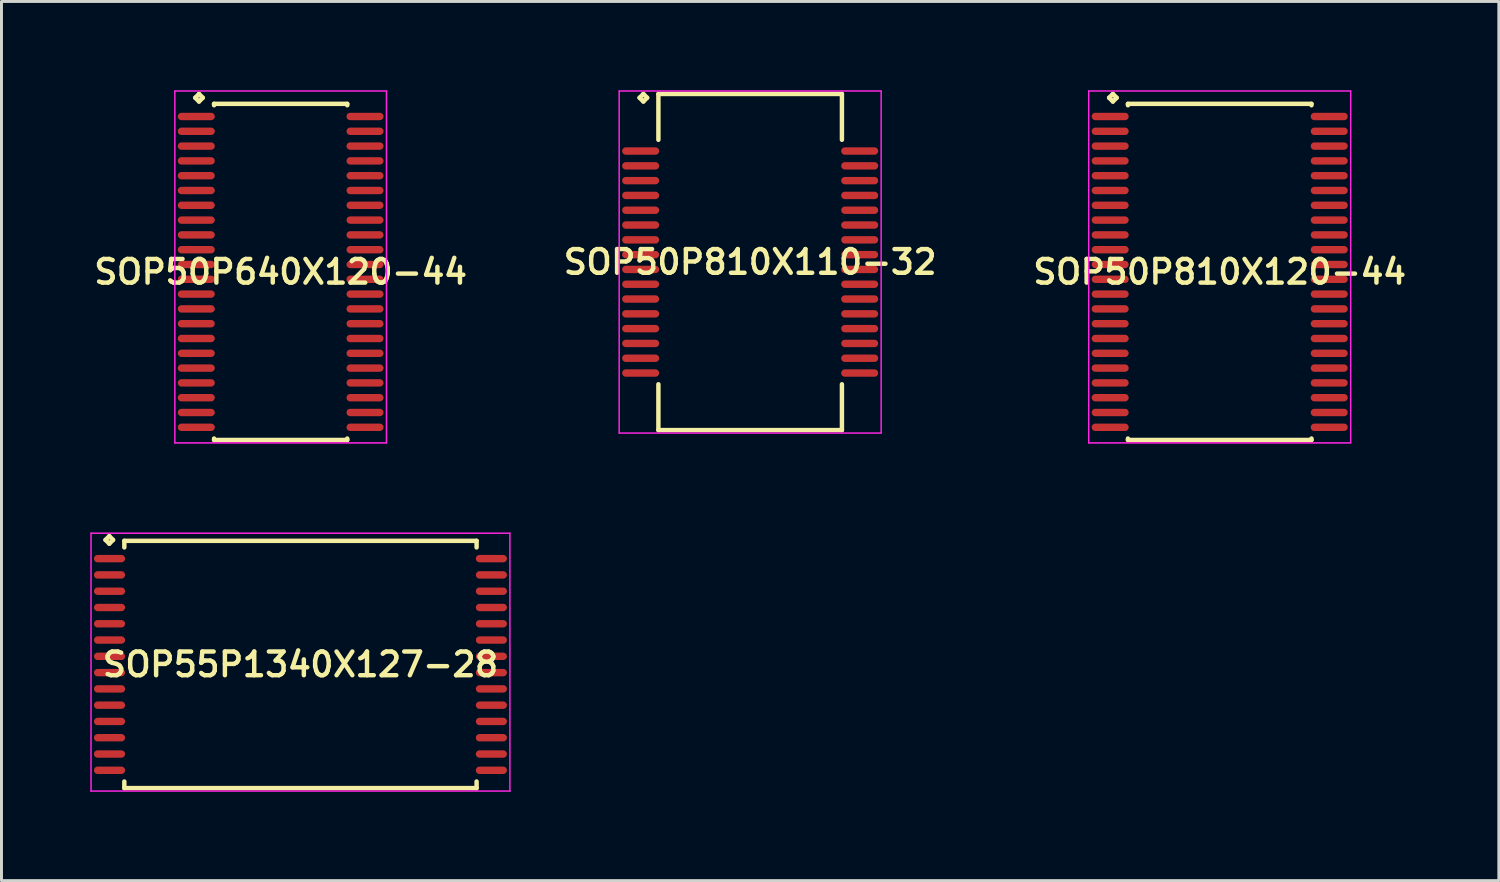
<source format=kicad_pcb>
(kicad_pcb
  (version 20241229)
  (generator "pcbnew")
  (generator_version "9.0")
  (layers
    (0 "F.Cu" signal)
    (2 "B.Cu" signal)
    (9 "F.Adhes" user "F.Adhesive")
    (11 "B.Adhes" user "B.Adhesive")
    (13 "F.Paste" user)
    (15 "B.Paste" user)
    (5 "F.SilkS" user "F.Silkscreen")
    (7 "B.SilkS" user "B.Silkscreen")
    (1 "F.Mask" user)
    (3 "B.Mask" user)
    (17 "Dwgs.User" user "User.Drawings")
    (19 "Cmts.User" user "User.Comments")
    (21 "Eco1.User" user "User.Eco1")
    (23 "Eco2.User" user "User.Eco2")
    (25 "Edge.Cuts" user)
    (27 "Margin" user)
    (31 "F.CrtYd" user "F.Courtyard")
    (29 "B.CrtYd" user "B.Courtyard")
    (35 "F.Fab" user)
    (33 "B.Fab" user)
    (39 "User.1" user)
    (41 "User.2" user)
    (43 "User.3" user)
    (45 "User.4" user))
  (footprint "SOP50P640X120-44"
    (layer "F.Cu")
    (at 6.431 6.135)
    (property "Reference" "SOP50P640X120-44" (at 0 0 0) (layer "F.SilkS") (effects (font (size 0.8 0.8) (thickness 0.15))))
    (attr smd)
    (fp_line (start -2.885 -5.883) (end -2.758 -6.01) (stroke (width 0.15) (type solid)) (layer "F.SilkS"))
    (fp_line (start -2.758 -6.01) (end -2.631 -5.883) (stroke (width 0.15) (type solid)) (layer "F.SilkS"))
    (fp_line (start -2.758 -5.756) (end -2.885 -5.883) (stroke (width 0.15) (type solid)) (layer "F.SilkS"))
    (fp_line (start -2.631 -5.883) (end -2.758 -5.756) (stroke (width 0.15) (type solid)) (layer "F.SilkS"))
    (fp_line (start -2.25 -5.677) (end 2.25 -5.677) (stroke (width 0.15) (type solid)) (layer "F.SilkS"))
    (fp_line (start -2.25 -5.629) (end -2.25 -5.677) (stroke (width 0.15) (type solid)) (layer "F.SilkS"))
    (fp_line (start -2.25 5.629) (end -2.25 5.677) (stroke (width 0.15) (type solid)) (layer "F.SilkS"))
    (fp_line (start -2.25 5.677) (end 2.25 5.677) (stroke (width 0.15) (type solid)) (layer "F.SilkS"))
    (fp_line (start 2.25 -5.677) (end 2.25 -5.629) (stroke (width 0.15) (type solid)) (layer "F.SilkS"))
    (fp_line (start 2.25 5.677) (end 2.25 5.629) (stroke (width 0.15) (type solid)) (layer "F.SilkS"))
    (fp_line (start -3.575 -6.11) (end 3.575 -6.11) (stroke (width 0.05) (type solid)) (layer "F.CrtYd"))
    (fp_line (start -3.575 5.777) (end -3.575 -6.11) (stroke (width 0.05) (type solid)) (layer "F.CrtYd"))
    (fp_line (start 3.575 -6.11) (end 3.575 5.777) (stroke (width 0.05) (type solid)) (layer "F.CrtYd"))
    (fp_line (start 3.575 5.777) (end -3.575 5.777) (stroke (width 0.05) (type solid)) (layer "F.CrtYd"))
    (pad "1" smd oval (at -2.85 -5.25) (size 1.25 0.25) (layers "F.Cu" "F.Mask" "F.Paste"))
    (pad "2" smd oval (at -2.85 -4.75) (size 1.25 0.25) (layers "F.Cu" "F.Mask" "F.Paste"))
    (pad "3" smd oval (at -2.85 -4.25) (size 1.25 0.25) (layers "F.Cu" "F.Mask" "F.Paste"))
    (pad "4" smd oval (at -2.85 -3.75) (size 1.25 0.25) (layers "F.Cu" "F.Mask" "F.Paste"))
    (pad "5" smd oval (at -2.85 -3.25) (size 1.25 0.25) (layers "F.Cu" "F.Mask" "F.Paste"))
    (pad "6" smd oval (at -2.85 -2.75) (size 1.25 0.25) (layers "F.Cu" "F.Mask" "F.Paste"))
    (pad "7" smd oval (at -2.85 -2.25) (size 1.25 0.25) (layers "F.Cu" "F.Mask" "F.Paste"))
    (pad "8" smd oval (at -2.85 -1.75) (size 1.25 0.25) (layers "F.Cu" "F.Mask" "F.Paste"))
    (pad "9" smd oval (at -2.85 -1.25) (size 1.25 0.25) (layers "F.Cu" "F.Mask" "F.Paste"))
    (pad "10" smd oval (at -2.85 -0.75) (size 1.25 0.25) (layers "F.Cu" "F.Mask" "F.Paste"))
    (pad "11" smd oval (at -2.85 -0.25) (size 1.25 0.25) (layers "F.Cu" "F.Mask" "F.Paste"))
    (pad "12" smd oval (at -2.85 0.25) (size 1.25 0.25) (layers "F.Cu" "F.Mask" "F.Paste"))
    (pad "13" smd oval (at -2.85 0.75) (size 1.25 0.25) (layers "F.Cu" "F.Mask" "F.Paste"))
    (pad "14" smd oval (at -2.85 1.25) (size 1.25 0.25) (layers "F.Cu" "F.Mask" "F.Paste"))
    (pad "15" smd oval (at -2.85 1.75) (size 1.25 0.25) (layers "F.Cu" "F.Mask" "F.Paste"))
    (pad "16" smd oval (at -2.85 2.25) (size 1.25 0.25) (layers "F.Cu" "F.Mask" "F.Paste"))
    (pad "17" smd oval (at -2.85 2.75) (size 1.25 0.25) (layers "F.Cu" "F.Mask" "F.Paste"))
    (pad "18" smd oval (at -2.85 3.25) (size 1.25 0.25) (layers "F.Cu" "F.Mask" "F.Paste"))
    (pad "19" smd oval (at -2.85 3.75) (size 1.25 0.25) (layers "F.Cu" "F.Mask" "F.Paste"))
    (pad "20" smd oval (at -2.85 4.25) (size 1.25 0.25) (layers "F.Cu" "F.Mask" "F.Paste"))
    (pad "21" smd oval (at -2.85 4.75) (size 1.25 0.25) (layers "F.Cu" "F.Mask" "F.Paste"))
    (pad "22" smd oval (at -2.85 5.25) (size 1.25 0.25) (layers "F.Cu" "F.Mask" "F.Paste"))
    (pad "23" smd oval (at 2.85 5.25) (size 1.25 0.25) (layers "F.Cu" "F.Mask" "F.Paste"))
    (pad "24" smd oval (at 2.85 4.75) (size 1.25 0.25) (layers "F.Cu" "F.Mask" "F.Paste"))
    (pad "25" smd oval (at 2.85 4.25) (size 1.25 0.25) (layers "F.Cu" "F.Mask" "F.Paste"))
    (pad "26" smd oval (at 2.85 3.75) (size 1.25 0.25) (layers "F.Cu" "F.Mask" "F.Paste"))
    (pad "27" smd oval (at 2.85 3.25) (size 1.25 0.25) (layers "F.Cu" "F.Mask" "F.Paste"))
    (pad "28" smd oval (at 2.85 2.75) (size 1.25 0.25) (layers "F.Cu" "F.Mask" "F.Paste"))
    (pad "29" smd oval (at 2.85 2.25) (size 1.25 0.25) (layers "F.Cu" "F.Mask" "F.Paste"))
    (pad "30" smd oval (at 2.85 1.75) (size 1.25 0.25) (layers "F.Cu" "F.Mask" "F.Paste"))
    (pad "31" smd oval (at 2.85 1.25) (size 1.25 0.25) (layers "F.Cu" "F.Mask" "F.Paste"))
    (pad "32" smd oval (at 2.85 0.75) (size 1.25 0.25) (layers "F.Cu" "F.Mask" "F.Paste"))
    (pad "33" smd oval (at 2.85 0.25) (size 1.25 0.25) (layers "F.Cu" "F.Mask" "F.Paste"))
    (pad "34" smd oval (at 2.85 -0.25) (size 1.25 0.25) (layers "F.Cu" "F.Mask" "F.Paste"))
    (pad "35" smd oval (at 2.85 -0.75) (size 1.25 0.25) (layers "F.Cu" "F.Mask" "F.Paste"))
    (pad "36" smd oval (at 2.85 -1.25) (size 1.25 0.25) (layers "F.Cu" "F.Mask" "F.Paste"))
    (pad "37" smd oval (at 2.85 -1.75) (size 1.25 0.25) (layers "F.Cu" "F.Mask" "F.Paste"))
    (pad "38" smd oval (at 2.85 -2.25) (size 1.25 0.25) (layers "F.Cu" "F.Mask" "F.Paste"))
    (pad "39" smd oval (at 2.85 -2.75) (size 1.25 0.25) (layers "F.Cu" "F.Mask" "F.Paste"))
    (pad "40" smd oval (at 2.85 -3.25) (size 1.25 0.25) (layers "F.Cu" "F.Mask" "F.Paste"))
    (pad "41" smd oval (at 2.85 -3.75) (size 1.25 0.25) (layers "F.Cu" "F.Mask" "F.Paste"))
    (pad "42" smd oval (at 2.85 -4.25) (size 1.25 0.25) (layers "F.Cu" "F.Mask" "F.Paste"))
    (pad "43" smd oval (at 2.85 -4.75) (size 1.25 0.25) (layers "F.Cu" "F.Mask" "F.Paste"))
    (pad "44" smd oval (at 2.85 -5.25) (size 1.25 0.25) (layers "F.Cu" "F.Mask" "F.Paste")))
  (footprint "SOP50P810X120-44"
    (layer "F.Cu")
    (at 38.154 6.135)
    (property "Reference" "SOP50P810X120-44" (at 0 0 0) (layer "F.SilkS") (effects (font (size 0.8 0.8) (thickness 0.15))))
    (attr smd)
    (fp_line (start -3.735 -5.883) (end -3.608 -6.01) (stroke (width 0.15) (type solid)) (layer "F.SilkS"))
    (fp_line (start -3.608 -6.01) (end -3.481 -5.883) (stroke (width 0.15) (type solid)) (layer "F.SilkS"))
    (fp_line (start -3.608 -5.756) (end -3.735 -5.883) (stroke (width 0.15) (type solid)) (layer "F.SilkS"))
    (fp_line (start -3.481 -5.883) (end -3.608 -5.756) (stroke (width 0.15) (type solid)) (layer "F.SilkS"))
    (fp_line (start -3.1 -5.677) (end 3.1 -5.677) (stroke (width 0.15) (type solid)) (layer "F.SilkS"))
    (fp_line (start -3.1 -5.629) (end -3.1 -5.677) (stroke (width 0.15) (type solid)) (layer "F.SilkS"))
    (fp_line (start -3.1 5.629) (end -3.1 5.677) (stroke (width 0.15) (type solid)) (layer "F.SilkS"))
    (fp_line (start -3.1 5.677) (end 3.1 5.677) (stroke (width 0.15) (type solid)) (layer "F.SilkS"))
    (fp_line (start 3.1 -5.677) (end 3.1 -5.629) (stroke (width 0.15) (type solid)) (layer "F.SilkS"))
    (fp_line (start 3.1 5.677) (end 3.1 5.629) (stroke (width 0.15) (type solid)) (layer "F.SilkS"))
    (fp_line (start -4.425 -6.11) (end 4.425 -6.11) (stroke (width 0.05) (type solid)) (layer "F.CrtYd"))
    (fp_line (start -4.425 5.777) (end -4.425 -6.11) (stroke (width 0.05) (type solid)) (layer "F.CrtYd"))
    (fp_line (start 4.425 -6.11) (end 4.425 5.777) (stroke (width 0.05) (type solid)) (layer "F.CrtYd"))
    (fp_line (start 4.425 5.777) (end -4.425 5.777) (stroke (width 0.05) (type solid)) (layer "F.CrtYd"))
    (pad "1" smd oval (at -3.7 -5.25) (size 1.25 0.25) (layers "F.Cu" "F.Mask" "F.Paste"))
    (pad "2" smd oval (at -3.7 -4.75) (size 1.25 0.25) (layers "F.Cu" "F.Mask" "F.Paste"))
    (pad "3" smd oval (at -3.7 -4.25) (size 1.25 0.25) (layers "F.Cu" "F.Mask" "F.Paste"))
    (pad "4" smd oval (at -3.7 -3.75) (size 1.25 0.25) (layers "F.Cu" "F.Mask" "F.Paste"))
    (pad "5" smd oval (at -3.7 -3.25) (size 1.25 0.25) (layers "F.Cu" "F.Mask" "F.Paste"))
    (pad "6" smd oval (at -3.7 -2.75) (size 1.25 0.25) (layers "F.Cu" "F.Mask" "F.Paste"))
    (pad "7" smd oval (at -3.7 -2.25) (size 1.25 0.25) (layers "F.Cu" "F.Mask" "F.Paste"))
    (pad "8" smd oval (at -3.7 -1.75) (size 1.25 0.25) (layers "F.Cu" "F.Mask" "F.Paste"))
    (pad "9" smd oval (at -3.7 -1.25) (size 1.25 0.25) (layers "F.Cu" "F.Mask" "F.Paste"))
    (pad "10" smd oval (at -3.7 -0.75) (size 1.25 0.25) (layers "F.Cu" "F.Mask" "F.Paste"))
    (pad "11" smd oval (at -3.7 -0.25) (size 1.25 0.25) (layers "F.Cu" "F.Mask" "F.Paste"))
    (pad "12" smd oval (at -3.7 0.25) (size 1.25 0.25) (layers "F.Cu" "F.Mask" "F.Paste"))
    (pad "13" smd oval (at -3.7 0.75) (size 1.25 0.25) (layers "F.Cu" "F.Mask" "F.Paste"))
    (pad "14" smd oval (at -3.7 1.25) (size 1.25 0.25) (layers "F.Cu" "F.Mask" "F.Paste"))
    (pad "15" smd oval (at -3.7 1.75) (size 1.25 0.25) (layers "F.Cu" "F.Mask" "F.Paste"))
    (pad "16" smd oval (at -3.7 2.25) (size 1.25 0.25) (layers "F.Cu" "F.Mask" "F.Paste"))
    (pad "17" smd oval (at -3.7 2.75) (size 1.25 0.25) (layers "F.Cu" "F.Mask" "F.Paste"))
    (pad "18" smd oval (at -3.7 3.25) (size 1.25 0.25) (layers "F.Cu" "F.Mask" "F.Paste"))
    (pad "19" smd oval (at -3.7 3.75) (size 1.25 0.25) (layers "F.Cu" "F.Mask" "F.Paste"))
    (pad "20" smd oval (at -3.7 4.25) (size 1.25 0.25) (layers "F.Cu" "F.Mask" "F.Paste"))
    (pad "21" smd oval (at -3.7 4.75) (size 1.25 0.25) (layers "F.Cu" "F.Mask" "F.Paste"))
    (pad "22" smd oval (at -3.7 5.25) (size 1.25 0.25) (layers "F.Cu" "F.Mask" "F.Paste"))
    (pad "23" smd oval (at 3.7 5.25) (size 1.25 0.25) (layers "F.Cu" "F.Mask" "F.Paste"))
    (pad "24" smd oval (at 3.7 4.75) (size 1.25 0.25) (layers "F.Cu" "F.Mask" "F.Paste"))
    (pad "25" smd oval (at 3.7 4.25) (size 1.25 0.25) (layers "F.Cu" "F.Mask" "F.Paste"))
    (pad "26" smd oval (at 3.7 3.75) (size 1.25 0.25) (layers "F.Cu" "F.Mask" "F.Paste"))
    (pad "27" smd oval (at 3.7 3.25) (size 1.25 0.25) (layers "F.Cu" "F.Mask" "F.Paste"))
    (pad "28" smd oval (at 3.7 2.75) (size 1.25 0.25) (layers "F.Cu" "F.Mask" "F.Paste"))
    (pad "29" smd oval (at 3.7 2.25) (size 1.25 0.25) (layers "F.Cu" "F.Mask" "F.Paste"))
    (pad "30" smd oval (at 3.7 1.75) (size 1.25 0.25) (layers "F.Cu" "F.Mask" "F.Paste"))
    (pad "31" smd oval (at 3.7 1.25) (size 1.25 0.25) (layers "F.Cu" "F.Mask" "F.Paste"))
    (pad "32" smd oval (at 3.7 0.75) (size 1.25 0.25) (layers "F.Cu" "F.Mask" "F.Paste"))
    (pad "33" smd oval (at 3.7 0.25) (size 1.25 0.25) (layers "F.Cu" "F.Mask" "F.Paste"))
    (pad "34" smd oval (at 3.7 -0.25) (size 1.25 0.25) (layers "F.Cu" "F.Mask" "F.Paste"))
    (pad "35" smd oval (at 3.7 -0.75) (size 1.25 0.25) (layers "F.Cu" "F.Mask" "F.Paste"))
    (pad "36" smd oval (at 3.7 -1.25) (size 1.25 0.25) (layers "F.Cu" "F.Mask" "F.Paste"))
    (pad "37" smd oval (at 3.7 -1.75) (size 1.25 0.25) (layers "F.Cu" "F.Mask" "F.Paste"))
    (pad "38" smd oval (at 3.7 -2.25) (size 1.25 0.25) (layers "F.Cu" "F.Mask" "F.Paste"))
    (pad "39" smd oval (at 3.7 -2.75) (size 1.25 0.25) (layers "F.Cu" "F.Mask" "F.Paste"))
    (pad "40" smd oval (at 3.7 -3.25) (size 1.25 0.25) (layers "F.Cu" "F.Mask" "F.Paste"))
    (pad "41" smd oval (at 3.7 -3.75) (size 1.25 0.25) (layers "F.Cu" "F.Mask" "F.Paste"))
    (pad "42" smd oval (at 3.7 -4.25) (size 1.25 0.25) (layers "F.Cu" "F.Mask" "F.Paste"))
    (pad "43" smd oval (at 3.7 -4.75) (size 1.25 0.25) (layers "F.Cu" "F.Mask" "F.Paste"))
    (pad "44" smd oval (at 3.7 -5.25) (size 1.25 0.25) (layers "F.Cu" "F.Mask" "F.Paste")))
  (footprint "SOP50P810X110-32"
    (layer "F.Cu")
    (at 22.292 5.802)
    (property "Reference" "SOP50P810X110-32" (at 0 0 0) (layer "F.SilkS") (effects (font (size 0.8 0.8) (thickness 0.15))))
    (attr smd)
    (fp_line (start -3.735 -5.55) (end -3.608 -5.677) (stroke (width 0.15) (type solid)) (layer "F.SilkS"))
    (fp_line (start -3.608 -5.677) (end -3.481 -5.55) (stroke (width 0.15) (type solid)) (layer "F.SilkS"))
    (fp_line (start -3.608 -5.423) (end -3.735 -5.55) (stroke (width 0.15) (type solid)) (layer "F.SilkS"))
    (fp_line (start -3.481 -5.55) (end -3.608 -5.423) (stroke (width 0.15) (type solid)) (layer "F.SilkS"))
    (fp_line (start -3.1 -5.677) (end 3.1 -5.677) (stroke (width 0.15) (type solid)) (layer "F.SilkS"))
    (fp_line (start -3.1 -4.129) (end -3.1 -5.677) (stroke (width 0.15) (type solid)) (layer "F.SilkS"))
    (fp_line (start -3.1 4.129) (end -3.1 5.677) (stroke (width 0.15) (type solid)) (layer "F.SilkS"))
    (fp_line (start -3.1 5.677) (end 3.1 5.677) (stroke (width 0.15) (type solid)) (layer "F.SilkS"))
    (fp_line (start 3.1 -5.677) (end 3.1 -4.129) (stroke (width 0.15) (type solid)) (layer "F.SilkS"))
    (fp_line (start 3.1 5.677) (end 3.1 4.129) (stroke (width 0.15) (type solid)) (layer "F.SilkS"))
    (fp_line (start -4.425 -5.777) (end 4.425 -5.777) (stroke (width 0.05) (type solid)) (layer "F.CrtYd"))
    (fp_line (start -4.425 5.777) (end -4.425 -5.777) (stroke (width 0.05) (type solid)) (layer "F.CrtYd"))
    (fp_line (start 4.425 -5.777) (end 4.425 5.777) (stroke (width 0.05) (type solid)) (layer "F.CrtYd"))
    (fp_line (start 4.425 5.777) (end -4.425 5.777) (stroke (width 0.05) (type solid)) (layer "F.CrtYd"))
    (pad "1" smd oval (at -3.7 -3.75) (size 1.25 0.25) (layers "F.Cu" "F.Mask" "F.Paste"))
    (pad "2" smd oval (at -3.7 -3.25) (size 1.25 0.25) (layers "F.Cu" "F.Mask" "F.Paste"))
    (pad "3" smd oval (at -3.7 -2.75) (size 1.25 0.25) (layers "F.Cu" "F.Mask" "F.Paste"))
    (pad "4" smd oval (at -3.7 -2.25) (size 1.25 0.25) (layers "F.Cu" "F.Mask" "F.Paste"))
    (pad "5" smd oval (at -3.7 -1.75) (size 1.25 0.25) (layers "F.Cu" "F.Mask" "F.Paste"))
    (pad "6" smd oval (at -3.7 -1.25) (size 1.25 0.25) (layers "F.Cu" "F.Mask" "F.Paste"))
    (pad "7" smd oval (at -3.7 -0.75) (size 1.25 0.25) (layers "F.Cu" "F.Mask" "F.Paste"))
    (pad "8" smd oval (at -3.7 -0.25) (size 1.25 0.25) (layers "F.Cu" "F.Mask" "F.Paste"))
    (pad "9" smd oval (at -3.7 0.25) (size 1.25 0.25) (layers "F.Cu" "F.Mask" "F.Paste"))
    (pad "10" smd oval (at -3.7 0.75) (size 1.25 0.25) (layers "F.Cu" "F.Mask" "F.Paste"))
    (pad "11" smd oval (at -3.7 1.25) (size 1.25 0.25) (layers "F.Cu" "F.Mask" "F.Paste"))
    (pad "12" smd oval (at -3.7 1.75) (size 1.25 0.25) (layers "F.Cu" "F.Mask" "F.Paste"))
    (pad "13" smd oval (at -3.7 2.25) (size 1.25 0.25) (layers "F.Cu" "F.Mask" "F.Paste"))
    (pad "14" smd oval (at -3.7 2.75) (size 1.25 0.25) (layers "F.Cu" "F.Mask" "F.Paste"))
    (pad "15" smd oval (at -3.7 3.25) (size 1.25 0.25) (layers "F.Cu" "F.Mask" "F.Paste"))
    (pad "16" smd oval (at -3.7 3.75) (size 1.25 0.25) (layers "F.Cu" "F.Mask" "F.Paste"))
    (pad "17" smd oval (at 3.7 3.75) (size 1.25 0.25) (layers "F.Cu" "F.Mask" "F.Paste"))
    (pad "18" smd oval (at 3.7 3.25) (size 1.25 0.25) (layers "F.Cu" "F.Mask" "F.Paste"))
    (pad "19" smd oval (at 3.7 2.75) (size 1.25 0.25) (layers "F.Cu" "F.Mask" "F.Paste"))
    (pad "20" smd oval (at 3.7 2.25) (size 1.25 0.25) (layers "F.Cu" "F.Mask" "F.Paste"))
    (pad "21" smd oval (at 3.7 1.75) (size 1.25 0.25) (layers "F.Cu" "F.Mask" "F.Paste"))
    (pad "22" smd oval (at 3.7 1.25) (size 1.25 0.25) (layers "F.Cu" "F.Mask" "F.Paste"))
    (pad "23" smd oval (at 3.7 0.75) (size 1.25 0.25) (layers "F.Cu" "F.Mask" "F.Paste"))
    (pad "24" smd oval (at 3.7 0.25) (size 1.25 0.25) (layers "F.Cu" "F.Mask" "F.Paste"))
    (pad "25" smd oval (at 3.7 -0.25) (size 1.25 0.25) (layers "F.Cu" "F.Mask" "F.Paste"))
    (pad "26" smd oval (at 3.7 -0.75) (size 1.25 0.25) (layers "F.Cu" "F.Mask" "F.Paste"))
    (pad "27" smd oval (at 3.7 -1.25) (size 1.25 0.25) (layers "F.Cu" "F.Mask" "F.Paste"))
    (pad "28" smd oval (at 3.7 -1.75) (size 1.25 0.25) (layers "F.Cu" "F.Mask" "F.Paste"))
    (pad "29" smd oval (at 3.7 -2.25) (size 1.25 0.25) (layers "F.Cu" "F.Mask" "F.Paste"))
    (pad "30" smd oval (at 3.7 -2.75) (size 1.25 0.25) (layers "F.Cu" "F.Mask" "F.Paste"))
    (pad "31" smd oval (at 3.7 -3.25) (size 1.25 0.25) (layers "F.Cu" "F.Mask" "F.Paste"))
    (pad "32" smd oval (at 3.7 -3.75) (size 1.25 0.25) (layers "F.Cu" "F.Mask" "F.Paste")))
  (footprint "SOP55P1340X127-28"
    (layer "F.Cu")
    (at 7.1 19.397)
    (property "Reference" "SOP55P1340X127-28" (at 0 0 0) (layer "F.SilkS") (effects (font (size 0.8 0.8) (thickness 0.15))))
    (attr smd)
    (fp_line (start -6.585 -4.208) (end -6.458 -4.335) (stroke (width 0.15) (type solid)) (layer "F.SilkS"))
    (fp_line (start -6.458 -4.335) (end -6.331 -4.208) (stroke (width 0.15) (type solid)) (layer "F.SilkS"))
    (fp_line (start -6.458 -4.081) (end -6.585 -4.208) (stroke (width 0.15) (type solid)) (layer "F.SilkS"))
    (fp_line (start -6.331 -4.208) (end -6.458 -4.081) (stroke (width 0.15) (type solid)) (layer "F.SilkS"))
    (fp_line (start -5.95 -4.177) (end 5.95 -4.177) (stroke (width 0.15) (type solid)) (layer "F.SilkS"))
    (fp_line (start -5.95 -3.954) (end -5.95 -4.177) (stroke (width 0.15) (type solid)) (layer "F.SilkS"))
    (fp_line (start -5.95 3.954) (end -5.95 4.177) (stroke (width 0.15) (type solid)) (layer "F.SilkS"))
    (fp_line (start -5.95 4.177) (end 5.95 4.177) (stroke (width 0.15) (type solid)) (layer "F.SilkS"))
    (fp_line (start 5.95 -4.177) (end 5.95 -3.954) (stroke (width 0.15) (type solid)) (layer "F.SilkS"))
    (fp_line (start 5.95 4.177) (end 5.95 3.954) (stroke (width 0.15) (type solid)) (layer "F.SilkS"))
    (fp_line (start -7.075 -4.435) (end 7.075 -4.435) (stroke (width 0.05) (type solid)) (layer "F.CrtYd"))
    (fp_line (start -7.075 4.277) (end -7.075 -4.435) (stroke (width 0.05) (type solid)) (layer "F.CrtYd"))
    (fp_line (start 7.075 -4.435) (end 7.075 4.277) (stroke (width 0.05) (type solid)) (layer "F.CrtYd"))
    (fp_line (start 7.075 4.277) (end -7.075 4.277) (stroke (width 0.05) (type solid)) (layer "F.CrtYd"))
    (pad "1" smd oval (at -6.45 -3.575) (size 1.05 0.25) (layers "F.Cu" "F.Mask" "F.Paste"))
    (pad "2" smd oval (at -6.45 -3.025) (size 1.05 0.25) (layers "F.Cu" "F.Mask" "F.Paste"))
    (pad "3" smd oval (at -6.45 -2.475) (size 1.05 0.25) (layers "F.Cu" "F.Mask" "F.Paste"))
    (pad "4" smd oval (at -6.45 -1.925) (size 1.05 0.25) (layers "F.Cu" "F.Mask" "F.Paste"))
    (pad "5" smd oval (at -6.45 -1.375) (size 1.05 0.25) (layers "F.Cu" "F.Mask" "F.Paste"))
    (pad "6" smd oval (at -6.45 -0.825) (size 1.05 0.25) (layers "F.Cu" "F.Mask" "F.Paste"))
    (pad "7" smd oval (at -6.45 -0.275) (size 1.05 0.25) (layers "F.Cu" "F.Mask" "F.Paste"))
    (pad "8" smd oval (at -6.45 0.275) (size 1.05 0.25) (layers "F.Cu" "F.Mask" "F.Paste"))
    (pad "9" smd oval (at -6.45 0.825) (size 1.05 0.25) (layers "F.Cu" "F.Mask" "F.Paste"))
    (pad "10" smd oval (at -6.45 1.375) (size 1.05 0.25) (layers "F.Cu" "F.Mask" "F.Paste"))
    (pad "11" smd oval (at -6.45 1.925) (size 1.05 0.25) (layers "F.Cu" "F.Mask" "F.Paste"))
    (pad "12" smd oval (at -6.45 2.475) (size 1.05 0.25) (layers "F.Cu" "F.Mask" "F.Paste"))
    (pad "13" smd oval (at -6.45 3.025) (size 1.05 0.25) (layers "F.Cu" "F.Mask" "F.Paste"))
    (pad "14" smd oval (at -6.45 3.575) (size 1.05 0.25) (layers "F.Cu" "F.Mask" "F.Paste"))
    (pad "15" smd oval (at 6.45 3.575) (size 1.05 0.25) (layers "F.Cu" "F.Mask" "F.Paste"))
    (pad "16" smd oval (at 6.45 3.025) (size 1.05 0.25) (layers "F.Cu" "F.Mask" "F.Paste"))
    (pad "17" smd oval (at 6.45 2.475) (size 1.05 0.25) (layers "F.Cu" "F.Mask" "F.Paste"))
    (pad "18" smd oval (at 6.45 1.925) (size 1.05 0.25) (layers "F.Cu" "F.Mask" "F.Paste"))
    (pad "19" smd oval (at 6.45 1.375) (size 1.05 0.25) (layers "F.Cu" "F.Mask" "F.Paste"))
    (pad "20" smd oval (at 6.45 0.825) (size 1.05 0.25) (layers "F.Cu" "F.Mask" "F.Paste"))
    (pad "21" smd oval (at 6.45 0.275) (size 1.05 0.25) (layers "F.Cu" "F.Mask" "F.Paste"))
    (pad "22" smd oval (at 6.45 -0.275) (size 1.05 0.25) (layers "F.Cu" "F.Mask" "F.Paste"))
    (pad "23" smd oval (at 6.45 -0.825) (size 1.05 0.25) (layers "F.Cu" "F.Mask" "F.Paste"))
    (pad "24" smd oval (at 6.45 -1.375) (size 1.05 0.25) (layers "F.Cu" "F.Mask" "F.Paste"))
    (pad "25" smd oval (at 6.45 -1.925) (size 1.05 0.25) (layers "F.Cu" "F.Mask" "F.Paste"))
    (pad "26" smd oval (at 6.45 -2.475) (size 1.05 0.25) (layers "F.Cu" "F.Mask" "F.Paste"))
    (pad "27" smd oval (at 6.45 -3.025) (size 1.05 0.25) (layers "F.Cu" "F.Mask" "F.Paste"))
    (pad "28" smd oval (at 6.45 -3.575) (size 1.05 0.25) (layers "F.Cu" "F.Mask" "F.Paste")))
  (gr_rect
    (start -3 -3)
    (end 47.584 26.699)
    (stroke (width 0.1) (type default))
    (fill no)
    (layer "Edge.Cuts")))
</source>
